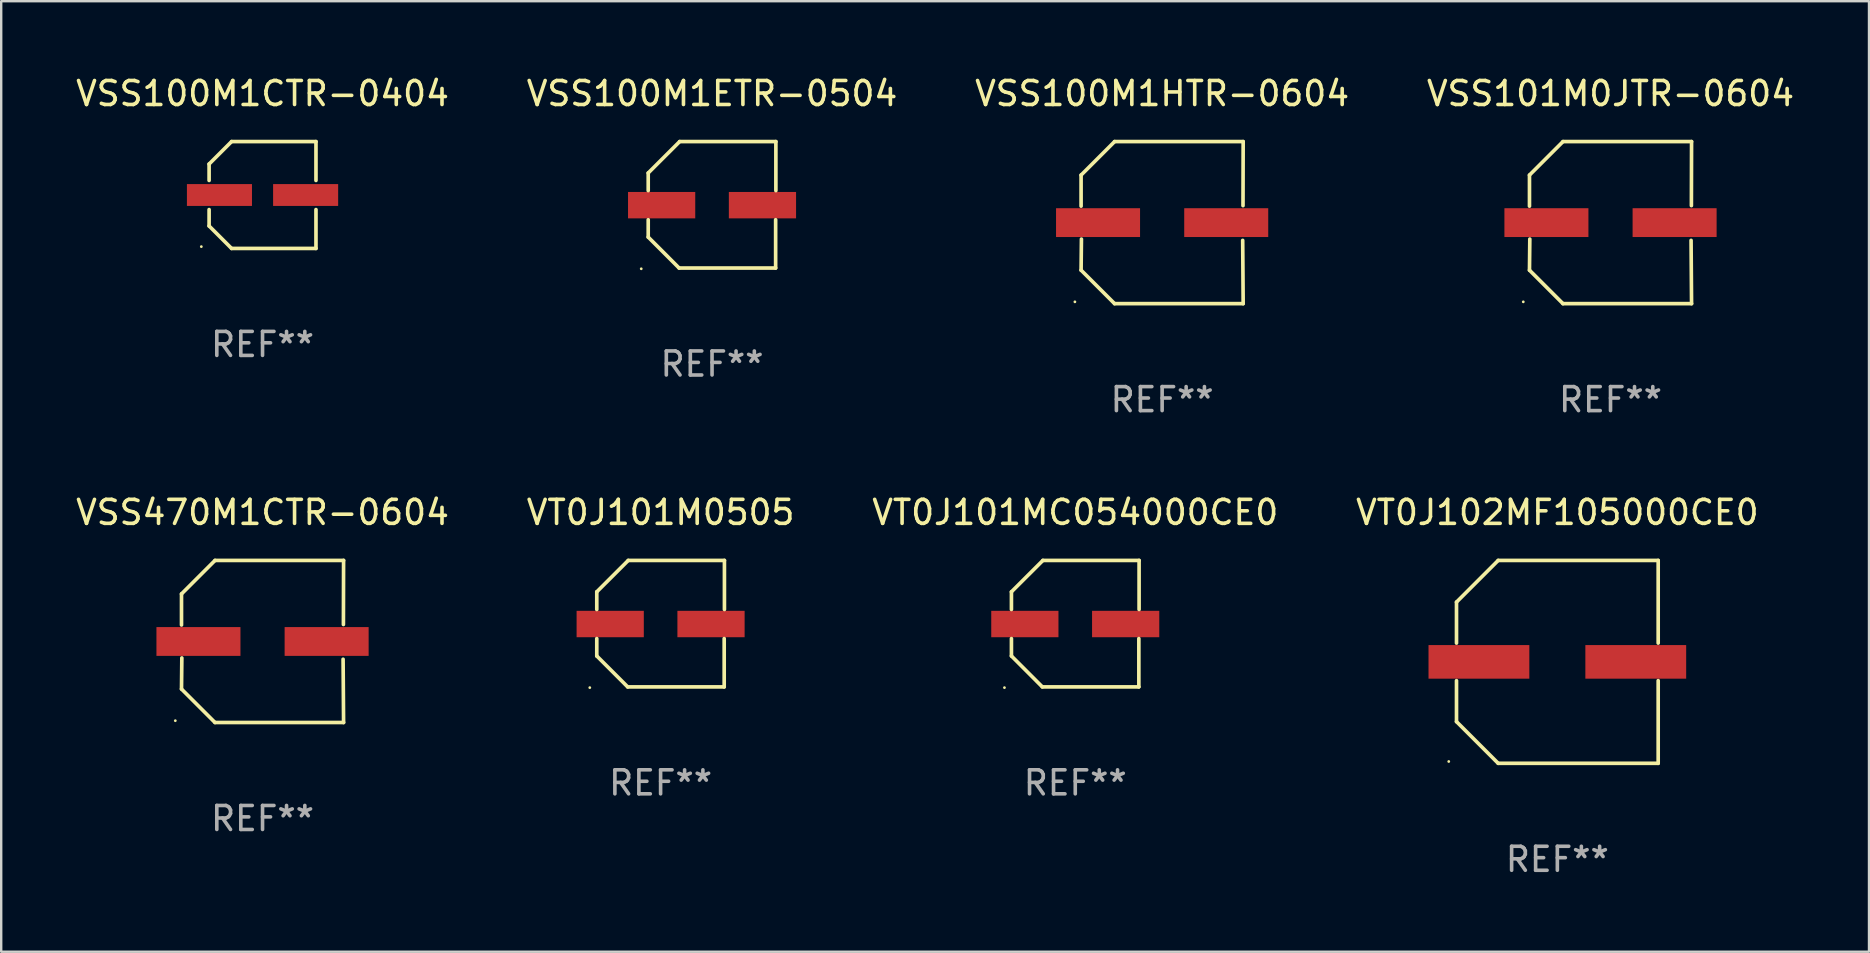
<source format=kicad_pcb>
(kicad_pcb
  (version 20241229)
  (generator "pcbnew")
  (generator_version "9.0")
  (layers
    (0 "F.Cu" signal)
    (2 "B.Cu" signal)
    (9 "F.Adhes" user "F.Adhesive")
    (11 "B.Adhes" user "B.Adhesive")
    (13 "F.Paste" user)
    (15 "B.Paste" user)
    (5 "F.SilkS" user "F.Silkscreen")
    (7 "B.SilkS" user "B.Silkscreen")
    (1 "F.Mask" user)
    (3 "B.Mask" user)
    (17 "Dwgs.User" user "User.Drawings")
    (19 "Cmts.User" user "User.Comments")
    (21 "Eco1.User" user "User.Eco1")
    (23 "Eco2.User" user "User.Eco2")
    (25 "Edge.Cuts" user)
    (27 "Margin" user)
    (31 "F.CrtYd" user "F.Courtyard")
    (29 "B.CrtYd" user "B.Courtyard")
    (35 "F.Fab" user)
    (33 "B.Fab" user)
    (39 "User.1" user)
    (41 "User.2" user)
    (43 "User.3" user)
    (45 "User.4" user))
  (footprint "VT0J101M0505"
    (layer "F.Cu")
    (at 24.47 22.931)
    (property "Reference" "VT0J101M0505" (at 0 -4.634 0) (layer "F.SilkS") (effects (font (size 1 1) (thickness 0.15))))
    (attr through_hole)
    (fp_line (start -2.659 -1.326) (end -2.659 -0.592) (stroke (width 0.152) (type solid)) (layer "F.SilkS"))
    (fp_line (start -2.659 1.346) (end -2.659 0.622) (stroke (width 0.152) (type solid)) (layer "F.SilkS"))
    (fp_line (start -1.372 2.634) (end -2.659 1.346) (stroke (width 0.152) (type solid)) (layer "F.SilkS"))
    (fp_line (start -1.349 -2.634) (end -2.659 -1.326) (stroke (width 0.152) (type solid)) (layer "F.SilkS"))
    (fp_line (start 2.649 0.622) (end 2.649 2.634) (stroke (width 0.152) (type solid)) (layer "F.SilkS"))
    (fp_line (start 2.649 2.634) (end -1.372 2.634) (stroke (width 0.152) (type solid)) (layer "F.SilkS"))
    (fp_line (start 2.659 -2.634) (end -1.349 -2.634) (stroke (width 0.152) (type solid)) (layer "F.SilkS"))
    (fp_line (start 2.659 -0.592) (end 2.659 -2.634) (stroke (width 0.152) (type solid)) (layer "F.SilkS"))
    (fp_circle (center -2.95 2.665) (end -2.92 2.665) (stroke (width 0.06) (type solid)) (fill no) (layer "F.SilkS"))
    (fp_text user "REF**" (at 0 6.634 0) (layer "F.Fab") (effects (font (size 1 1) (thickness 0.15))))
    (pad "1" smd rect (at -2.1 0.015) (size 2.8 1.1) (layers "F.Cu" "F.Mask" "F.Paste"))
    (pad "2" smd rect (at 2.1 0.015) (size 2.8 1.1) (layers "F.Cu" "F.Mask" "F.Paste")))
  (footprint "VSS100M1ETR-0504"
    (layer "F.Cu")
    (at 26.613 5.482)
    (property "Reference" "VSS100M1ETR-0504" (at 0 -4.634 0) (layer "F.SilkS") (effects (font (size 1 1) (thickness 0.15))))
    (attr through_hole)
    (fp_line (start -2.659 -1.326) (end -2.659 -0.592) (stroke (width 0.152) (type solid)) (layer "F.SilkS"))
    (fp_line (start -2.659 1.346) (end -2.659 0.622) (stroke (width 0.152) (type solid)) (layer "F.SilkS"))
    (fp_line (start -1.372 2.634) (end -2.659 1.346) (stroke (width 0.152) (type solid)) (layer "F.SilkS"))
    (fp_line (start -1.349 -2.634) (end -2.659 -1.326) (stroke (width 0.152) (type solid)) (layer "F.SilkS"))
    (fp_line (start 2.649 0.622) (end 2.649 2.634) (stroke (width 0.152) (type solid)) (layer "F.SilkS"))
    (fp_line (start 2.649 2.634) (end -1.372 2.634) (stroke (width 0.152) (type solid)) (layer "F.SilkS"))
    (fp_line (start 2.659 -2.634) (end -1.349 -2.634) (stroke (width 0.152) (type solid)) (layer "F.SilkS"))
    (fp_line (start 2.659 -0.592) (end 2.659 -2.634) (stroke (width 0.152) (type solid)) (layer "F.SilkS"))
    (fp_circle (center -2.95 2.665) (end -2.92 2.665) (stroke (width 0.06) (type solid)) (fill no) (layer "F.SilkS"))
    (fp_text user "REF**" (at 0 6.634 0) (layer "F.Fab") (effects (font (size 1 1) (thickness 0.15))))
    (pad "1" smd rect (at -2.1 0.015) (size 2.8 1.1) (layers "F.Cu" "F.Mask" "F.Paste"))
    (pad "2" smd rect (at 2.1 0.015) (size 2.8 1.1) (layers "F.Cu" "F.Mask" "F.Paste")))
  (footprint "VSS470M1CTR-0604"
    (layer "F.Cu")
    (at 7.887 23.673)
    (property "Reference" "VSS470M1CTR-0604" (at 0 -5.376 0) (layer "F.SilkS") (effects (font (size 1 1) (thickness 0.15))))
    (attr through_hole)
    (fp_line (start -3.376 -1.98) (end -3.376 -0.686) (stroke (width 0.152) (type solid)) (layer "F.SilkS"))
    (fp_line (start -3.376 1.981) (end -3.362 0.686) (stroke (width 0.152) (type solid)) (layer "F.SilkS"))
    (fp_line (start -1.981 3.376) (end -3.376 1.981) (stroke (width 0.152) (type solid)) (layer "F.SilkS"))
    (fp_line (start -1.98 -3.376) (end -3.376 -1.98) (stroke (width 0.152) (type solid)) (layer "F.SilkS"))
    (fp_line (start 3.356 0.74) (end 3.376 3.376) (stroke (width 0.152) (type solid)) (layer "F.SilkS"))
    (fp_line (start 3.369 -0.707) (end 3.376 -3.376) (stroke (width 0.152) (type solid)) (layer "F.SilkS"))
    (fp_line (start 3.376 3.376) (end -1.981 3.376) (stroke (width 0.152) (type solid)) (layer "F.SilkS"))
    (fp_line (start 3.376 -3.376) (end -1.98 -3.376) (stroke (width 0.152) (type solid)) (layer "F.SilkS"))
    (fp_circle (center -3.634 3.3) (end -3.604 3.3) (stroke (width 0.06) (type solid)) (fill no) (layer "F.SilkS"))
    (fp_text user "REF**" (at 0 7.376 0) (layer "F.Fab") (effects (font (size 1 1) (thickness 0.15))))
    (pad "1" smd rect (at -2.67 0.000254) (size 3.5 1.2) (layers "F.Cu" "F.Mask" "F.Paste"))
    (pad "2" smd rect (at 2.67 0.000254) (size 3.5 1.2) (layers "F.Cu" "F.Mask" "F.Paste")))
  (footprint "VT0J102MF105000CE0"
    (layer "F.Cu")
    (at 61.827 24.523)
    (property "Reference" "VT0J102MF105000CE0" (at 0 -6.226 0) (layer "F.SilkS") (effects (font (size 1 1) (thickness 0.15))))
    (attr through_hole)
    (fp_line (start -4.201 -2.49) (end -4.201 -0.782) (stroke (width 0.152) (type solid)) (layer "F.SilkS"))
    (fp_line (start -4.201 2.49) (end -4.201 0.782) (stroke (width 0.152) (type solid)) (layer "F.SilkS"))
    (fp_line (start -2.465 -4.226) (end -4.201 -2.49) (stroke (width 0.152) (type solid)) (layer "F.SilkS"))
    (fp_line (start -2.465 4.226) (end -4.201 2.49) (stroke (width 0.152) (type solid)) (layer "F.SilkS"))
    (fp_line (start 4.201 -4.226) (end -2.465 -4.226) (stroke (width 0.152) (type solid)) (layer "F.SilkS"))
    (fp_line (start 4.201 -0.782) (end 4.201 -4.226) (stroke (width 0.152) (type solid)) (layer "F.SilkS"))
    (fp_line (start 4.201 0.782) (end 4.201 4.226) (stroke (width 0.152) (type solid)) (layer "F.SilkS"))
    (fp_line (start 4.201 4.226) (end -2.465 4.226) (stroke (width 0.152) (type solid)) (layer "F.SilkS"))
    (fp_circle (center -4.524 4.15) (end -4.494 4.15) (stroke (width 0.06) (type solid)) (fill no) (layer "F.SilkS"))
    (fp_text user "REF**" (at 0 8.226 0) (layer "F.Fab") (effects (font (size 1 1) (thickness 0.15))))
    (pad "1" smd rect (at -3.267 0) (size 4.2 1.4) (layers "F.Cu" "F.Mask" "F.Paste"))
    (pad "2" smd rect (at 3.267 0) (size 4.2 1.4) (layers "F.Cu" "F.Mask" "F.Paste")))
  (footprint "VSS100M1HTR-0604"
    (layer "F.Cu")
    (at 45.363 6.224)
    (property "Reference" "VSS100M1HTR-0604" (at 0 -5.376 0) (layer "F.SilkS") (effects (font (size 1 1) (thickness 0.15))))
    (attr through_hole)
    (fp_line (start -3.376 -1.98) (end -3.376 -0.686) (stroke (width 0.152) (type solid)) (layer "F.SilkS"))
    (fp_line (start -3.376 1.981) (end -3.362 0.686) (stroke (width 0.152) (type solid)) (layer "F.SilkS"))
    (fp_line (start -1.981 3.376) (end -3.376 1.981) (stroke (width 0.152) (type solid)) (layer "F.SilkS"))
    (fp_line (start -1.98 -3.376) (end -3.376 -1.98) (stroke (width 0.152) (type solid)) (layer "F.SilkS"))
    (fp_line (start 3.356 0.74) (end 3.376 3.376) (stroke (width 0.152) (type solid)) (layer "F.SilkS"))
    (fp_line (start 3.369 -0.707) (end 3.376 -3.376) (stroke (width 0.152) (type solid)) (layer "F.SilkS"))
    (fp_line (start 3.376 3.376) (end -1.981 3.376) (stroke (width 0.152) (type solid)) (layer "F.SilkS"))
    (fp_line (start 3.376 -3.376) (end -1.98 -3.376) (stroke (width 0.152) (type solid)) (layer "F.SilkS"))
    (fp_circle (center -3.634 3.3) (end -3.604 3.3) (stroke (width 0.06) (type solid)) (fill no) (layer "F.SilkS"))
    (fp_text user "REF**" (at 0 7.376 0) (layer "F.Fab") (effects (font (size 1 1) (thickness 0.15))))
    (pad "1" smd rect (at -2.67 0.000254) (size 3.5 1.2) (layers "F.Cu" "F.Mask" "F.Paste"))
    (pad "2" smd rect (at 2.67 0.000254) (size 3.5 1.2) (layers "F.Cu" "F.Mask" "F.Paste")))
  (footprint "VT0J101MC054000CE0"
    (layer "F.Cu")
    (at 41.744 22.931)
    (property "Reference" "VT0J101MC054000CE0" (at 0 -4.634 0) (layer "F.SilkS") (effects (font (size 1 1) (thickness 0.15))))
    (attr through_hole)
    (fp_line (start -2.659 -1.326) (end -2.659 -0.592) (stroke (width 0.152) (type solid)) (layer "F.SilkS"))
    (fp_line (start -2.659 1.346) (end -2.659 0.622) (stroke (width 0.152) (type solid)) (layer "F.SilkS"))
    (fp_line (start -1.372 2.634) (end -2.659 1.346) (stroke (width 0.152) (type solid)) (layer "F.SilkS"))
    (fp_line (start -1.349 -2.634) (end -2.659 -1.326) (stroke (width 0.152) (type solid)) (layer "F.SilkS"))
    (fp_line (start 2.649 0.622) (end 2.649 2.634) (stroke (width 0.152) (type solid)) (layer "F.SilkS"))
    (fp_line (start 2.649 2.634) (end -1.372 2.634) (stroke (width 0.152) (type solid)) (layer "F.SilkS"))
    (fp_line (start 2.659 -2.634) (end -1.349 -2.634) (stroke (width 0.152) (type solid)) (layer "F.SilkS"))
    (fp_line (start 2.659 -0.592) (end 2.659 -2.634) (stroke (width 0.152) (type solid)) (layer "F.SilkS"))
    (fp_circle (center -2.95 2.665) (end -2.92 2.665) (stroke (width 0.06) (type solid)) (fill no) (layer "F.SilkS"))
    (fp_text user "REF**" (at 0 6.634 0) (layer "F.Fab") (effects (font (size 1 1) (thickness 0.15))))
    (pad "1" smd rect (at -2.1 0.015) (size 2.8 1.1) (layers "F.Cu" "F.Mask" "F.Paste"))
    (pad "2" smd rect (at 2.1 0.015) (size 2.8 1.1) (layers "F.Cu" "F.Mask" "F.Paste")))
  (footprint "VSS100M1CTR-0404"
    (layer "F.Cu")
    (at 7.887 5.074)
    (property "Reference" "VSS100M1CTR-0404" (at 0 -4.226 0) (layer "F.SilkS") (effects (font (size 1 1) (thickness 0.15))))
    (attr through_hole)
    (fp_line (start -2.226 -1.29) (end -1.29 -2.226) (stroke (width 0.152) (type solid)) (layer "F.SilkS"))
    (fp_line (start -2.226 -0.607) (end -2.226 -1.29) (stroke (width 0.152) (type solid)) (layer "F.SilkS"))
    (fp_line (start -2.226 0.607) (end -2.226 1.29) (stroke (width 0.152) (type solid)) (layer "F.SilkS"))
    (fp_line (start -2.226 1.29) (end -1.29 2.226) (stroke (width 0.152) (type solid)) (layer "F.SilkS"))
    (fp_line (start -1.29 -2.226) (end 2.226 -2.226) (stroke (width 0.152) (type solid)) (layer "F.SilkS"))
    (fp_line (start -1.29 2.226) (end 2.226 2.226) (stroke (width 0.152) (type solid)) (layer "F.SilkS"))
    (fp_line (start 2.226 -2.226) (end 2.226 -0.607) (stroke (width 0.152) (type solid)) (layer "F.SilkS"))
    (fp_line (start 2.226 2.226) (end 2.226 0.607) (stroke (width 0.152) (type solid)) (layer "F.SilkS"))
    (fp_circle (center -2.55 2.15) (end -2.52 2.15) (stroke (width 0.06) (type solid)) (fill no) (layer "F.SilkS"))
    (fp_text user "REF**" (at 0 6.226 0) (layer "F.Fab") (effects (font (size 1 1) (thickness 0.15))))
    (pad "1" smd rect (at -1.795 -0.000013) (size 2.71 0.91) (layers "F.Cu" "F.Mask" "F.Paste"))
    (pad "2" smd rect (at 1.795 -0.000013) (size 2.71 0.91) (layers "F.Cu" "F.Mask" "F.Paste")))
  (footprint "VSS101M0JTR-0604"
    (layer "F.Cu")
    (at 64.042 6.224)
    (property "Reference" "VSS101M0JTR-0604" (at 0 -5.376 0) (layer "F.SilkS") (effects (font (size 1 1) (thickness 0.15))))
    (attr through_hole)
    (fp_line (start -3.376 -1.98) (end -3.376 -0.686) (stroke (width 0.152) (type solid)) (layer "F.SilkS"))
    (fp_line (start -3.376 1.981) (end -3.362 0.686) (stroke (width 0.152) (type solid)) (layer "F.SilkS"))
    (fp_line (start -1.981 3.376) (end -3.376 1.981) (stroke (width 0.152) (type solid)) (layer "F.SilkS"))
    (fp_line (start -1.98 -3.376) (end -3.376 -1.98) (stroke (width 0.152) (type solid)) (layer "F.SilkS"))
    (fp_line (start 3.356 0.74) (end 3.376 3.376) (stroke (width 0.152) (type solid)) (layer "F.SilkS"))
    (fp_line (start 3.369 -0.707) (end 3.376 -3.376) (stroke (width 0.152) (type solid)) (layer "F.SilkS"))
    (fp_line (start 3.376 3.376) (end -1.981 3.376) (stroke (width 0.152) (type solid)) (layer "F.SilkS"))
    (fp_line (start 3.376 -3.376) (end -1.98 -3.376) (stroke (width 0.152) (type solid)) (layer "F.SilkS"))
    (fp_circle (center -3.634 3.3) (end -3.604 3.3) (stroke (width 0.06) (type solid)) (fill no) (layer "F.SilkS"))
    (fp_text user "REF**" (at 0 7.376 0) (layer "F.Fab") (effects (font (size 1 1) (thickness 0.15))))
    (pad "1" smd rect (at -2.67 0.000254) (size 3.5 1.2) (layers "F.Cu" "F.Mask" "F.Paste"))
    (pad "2" smd rect (at 2.67 0.000254) (size 3.5 1.2) (layers "F.Cu" "F.Mask" "F.Paste")))
  (gr_rect
    (start -3 -3)
    (end 74.81 36.597)
    (stroke (width 0.1) (type default))
    (fill no)
    (layer "Edge.Cuts")))
</source>
